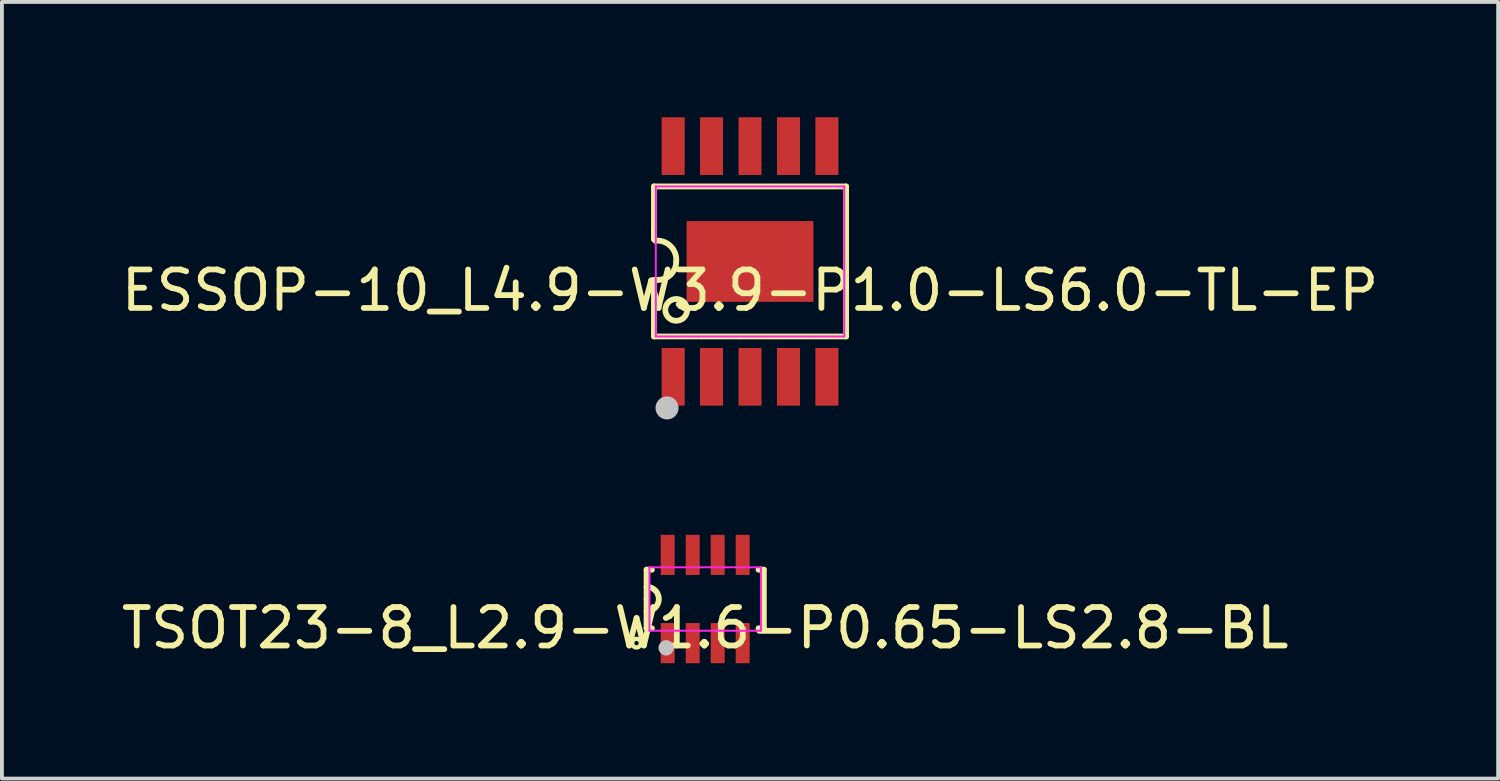
<source format=kicad_pcb>
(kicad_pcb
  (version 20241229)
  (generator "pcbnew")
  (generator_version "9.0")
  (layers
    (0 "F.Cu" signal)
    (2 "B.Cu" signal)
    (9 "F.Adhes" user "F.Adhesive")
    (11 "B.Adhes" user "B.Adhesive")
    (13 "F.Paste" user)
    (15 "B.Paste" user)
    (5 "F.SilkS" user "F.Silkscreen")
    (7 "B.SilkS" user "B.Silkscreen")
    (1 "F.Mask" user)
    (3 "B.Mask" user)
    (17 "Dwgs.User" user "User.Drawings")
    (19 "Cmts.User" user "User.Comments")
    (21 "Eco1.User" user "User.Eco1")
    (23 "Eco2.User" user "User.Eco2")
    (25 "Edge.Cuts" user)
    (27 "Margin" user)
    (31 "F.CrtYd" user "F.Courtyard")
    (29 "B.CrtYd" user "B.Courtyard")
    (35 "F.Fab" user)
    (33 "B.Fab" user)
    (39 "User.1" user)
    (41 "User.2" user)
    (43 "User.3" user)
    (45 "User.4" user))
  (footprint "ESSOP-10_L4.9-W3.9-P1.0-LS6.0-TL-EP"
    (layer "F.Cu")
    (at 16.458 3.75)
    (property "Reference" "ESSOP-10_L4.9-W3.9-P1.0-LS6.0-TL-EP" (at 0 0.754 0) (layer "F.SilkS") (effects (font (size 1 1) (thickness 0.15))))
    (attr through_hole)
    (fp_line (start -2.499 -1.951) (end 2.499 -1.951) (stroke (width 0.15) (type solid)) (layer "F.SilkS"))
    (fp_line (start -2.499 -0.82) (end -2.499 -1.951) (stroke (width 0.15) (type solid)) (layer "F.SilkS"))
    (fp_line (start -2.499 -0.579) (end -2.499 -0.82) (stroke (width 0.15) (type solid)) (layer "F.SilkS"))
    (fp_line (start -2.499 0.48) (end -2.4 0.48) (stroke (width 0.15) (type solid)) (layer "F.SilkS"))
    (fp_line (start -2.499 1.951) (end -2.499 0.48) (stroke (width 0.15) (type solid)) (layer "F.SilkS"))
    (fp_line (start -2.499 1.951) (end 2.499 1.951) (stroke (width 0.15) (type solid)) (layer "F.SilkS"))
    (fp_line (start -2.461 -0.541) (end -2.499 -0.579) (stroke (width 0.15) (type solid)) (layer "F.SilkS"))
    (fp_line (start 2.499 1.951) (end 2.499 -1.951) (stroke (width 0.15) (type solid)) (layer "F.SilkS"))
    (fp_arc (start -2.46 -0.54) (mid -2.063912 -0.396044) (end -1.920005 0.000062) (stroke (width 0.1499) (type solid)) (layer "F.SilkS"))
    (fp_arc (start -1.92 0) (mid -2.060589 0.339411) (end -2.4 0.48) (stroke (width 0.1499) (type solid)) (layer "F.SilkS"))
    (fp_circle (center -1.92 1.26) (end -1.636 1.26) (stroke (width 0.15) (type solid)) (fill no) (layer "F.SilkS"))
    (fp_circle (center -2.159 3.81) (end -2.009 3.81) (stroke (width 0.3) (type solid)) (fill no) (layer "Dwgs.User"))
    (fp_poly (pts (xy -2.2 -2.38) (xy -2.2 -3) (xy -1.801 -3) (xy -1.801 -2.38)) (stroke (width 0.005) (type solid)) (fill no) (layer "Eco2.User"))
    (fp_poly (pts (xy -2.2 -1.941) (xy -2.2 -2.39) (xy -1.801 -2.39) (xy -1.801 -1.941)) (stroke (width 0.005) (type solid)) (fill no) (layer "Eco2.User"))
    (fp_poly (pts (xy -2.2 2.39) (xy -2.2 1.941) (xy -1.801 1.941) (xy -1.801 2.39)) (stroke (width 0.005) (type solid)) (fill no) (layer "Eco2.User"))
    (fp_poly (pts (xy -2.2 3) (xy -2.2 2.38) (xy -1.801 2.38) (xy -1.801 3)) (stroke (width 0.005) (type solid)) (fill no) (layer "Eco2.User"))
    (fp_poly (pts (xy -1.199 -2.38) (xy -1.199 -3) (xy -0.8 -3) (xy -0.8 -2.38)) (stroke (width 0.005) (type solid)) (fill no) (layer "Eco2.User"))
    (fp_poly (pts (xy -1.199 -1.941) (xy -1.199 -2.39) (xy -0.8 -2.39) (xy -0.8 -1.941)) (stroke (width 0.005) (type solid)) (fill no) (layer "Eco2.User"))
    (fp_poly (pts (xy -1.199 2.39) (xy -1.199 1.941) (xy -0.8 1.941) (xy -0.8 2.39)) (stroke (width 0.005) (type solid)) (fill no) (layer "Eco2.User"))
    (fp_poly (pts (xy -1.199 3) (xy -1.199 2.38) (xy -0.8 2.38) (xy -0.8 3)) (stroke (width 0.005) (type solid)) (fill no) (layer "Eco2.User"))
    (fp_poly (pts (xy -0.201 -2.38) (xy -0.201 -3) (xy 0.201 -3) (xy 0.201 -2.38)) (stroke (width 0.005) (type solid)) (fill no) (layer "Eco2.User"))
    (fp_poly (pts (xy -0.201 -1.941) (xy -0.201 -2.39) (xy 0.201 -2.39) (xy 0.201 -1.941)) (stroke (width 0.005) (type solid)) (fill no) (layer "Eco2.User"))
    (fp_poly (pts (xy -0.201 2.39) (xy -0.201 1.941) (xy 0.201 1.941) (xy 0.201 2.39)) (stroke (width 0.005) (type solid)) (fill no) (layer "Eco2.User"))
    (fp_poly (pts (xy -0.201 3) (xy -0.201 2.38) (xy 0.201 2.38) (xy 0.201 3)) (stroke (width 0.005) (type solid)) (fill no) (layer "Eco2.User"))
    (fp_poly (pts (xy 0.8 -2.38) (xy 0.8 -3) (xy 1.199 -3) (xy 1.199 -2.38)) (stroke (width 0.005) (type solid)) (fill no) (layer "Eco2.User"))
    (fp_poly (pts (xy 0.8 -1.941) (xy 0.8 -2.39) (xy 1.199 -2.39) (xy 1.199 -1.941)) (stroke (width 0.005) (type solid)) (fill no) (layer "Eco2.User"))
    (fp_poly (pts (xy 0.8 2.39) (xy 0.8 1.941) (xy 1.199 1.941) (xy 1.199 2.39)) (stroke (width 0.005) (type solid)) (fill no) (layer "Eco2.User"))
    (fp_poly (pts (xy 0.8 3) (xy 0.8 2.38) (xy 1.199 2.38) (xy 1.199 3)) (stroke (width 0.005) (type solid)) (fill no) (layer "Eco2.User"))
    (fp_poly (pts (xy 1.651 1.049) (xy -1.651 1.049) (xy -1.651 -1.049) (xy 1.651 -1.049)) (stroke (width 0.005) (type solid)) (fill no) (layer "Eco2.User"))
    (fp_poly (pts (xy 1.801 -2.38) (xy 1.801 -3) (xy 2.2 -3) (xy 2.2 -2.38)) (stroke (width 0.005) (type solid)) (fill no) (layer "Eco2.User"))
    (fp_poly (pts (xy 1.801 -1.941) (xy 1.801 -2.39) (xy 2.2 -2.39) (xy 2.2 -1.941)) (stroke (width 0.005) (type solid)) (fill no) (layer "Eco2.User"))
    (fp_poly (pts (xy 1.801 2.39) (xy 1.801 1.941) (xy 2.2 1.941) (xy 2.2 2.39)) (stroke (width 0.005) (type solid)) (fill no) (layer "Eco2.User"))
    (fp_poly (pts (xy 1.801 3) (xy 1.801 2.38) (xy 2.2 2.38) (xy 2.2 3)) (stroke (width 0.005) (type solid)) (fill no) (layer "Eco2.User"))
    (fp_poly (pts (xy -2.39 3) (xy -2.391 2.988) (xy -2.395 2.976) (xy -2.4 2.966) (xy -2.408 2.957) (xy -2.417 2.949) (xy -2.428 2.943) (xy -2.439 2.94) (xy -2.451 2.939) (xy -2.463 2.94) (xy -2.474 2.943) (xy -2.485 2.949) (xy -2.494 2.957) (xy -2.502 2.966) (xy -2.507 2.976) (xy -2.511 2.988) (xy -2.512 3) (xy -2.511 3.012) (xy -2.507 3.023) (xy -2.502 3.034) (xy -2.494 3.043) (xy -2.485 3.05) (xy -2.474 3.056) (xy -2.463 3.059) (xy -2.451 3.061) (xy -2.439 3.059) (xy -2.428 3.056) (xy -2.417 3.05) (xy -2.408 3.043) (xy -2.4 3.034) (xy -2.395 3.023) (xy -2.391 3.012)) (stroke (width 0.005) (type solid)) (fill no) (layer "Eco2.User"))
    (fp_line (start -2.451 -1.951) (end 2.451 -1.951) (stroke (width 0.051) (type solid)) (layer "F.CrtYd"))
    (fp_line (start -2.451 1.951) (end -2.451 -1.951) (stroke (width 0.051) (type solid)) (layer "F.CrtYd"))
    (fp_line (start 2.451 -1.951) (end 2.451 1.951) (stroke (width 0.051) (type solid)) (layer "F.CrtYd"))
    (fp_line (start 2.451 1.951) (end -2.451 1.951) (stroke (width 0.051) (type solid)) (layer "F.CrtYd"))
    (pad "1" smd rect (at -1.999 3 90) (size 1.501 0.599) (layers "F.Cu" "F.Mask" "F.Paste"))
    (pad "2" smd rect (at -1.001 3 90) (size 1.501 0.599) (layers "F.Cu" "F.Mask" "F.Paste"))
    (pad "3" smd rect (at 0 3 90) (size 1.501 0.599) (layers "F.Cu" "F.Mask" "F.Paste"))
    (pad "4" smd rect (at 1.001 3 90) (size 1.501 0.599) (layers "F.Cu" "F.Mask" "F.Paste"))
    (pad "5" smd rect (at 1.999 3 90) (size 1.501 0.599) (layers "F.Cu" "F.Mask" "F.Paste"))
    (pad "6" smd rect (at 1.999 -3 90) (size 1.501 0.599) (layers "F.Cu" "F.Mask" "F.Paste"))
    (pad "7" smd rect (at 1.001 -3 90) (size 1.501 0.599) (layers "F.Cu" "F.Mask" "F.Paste"))
    (pad "8" smd rect (at 0 -3 90) (size 1.501 0.599) (layers "F.Cu" "F.Mask" "F.Paste"))
    (pad "9" smd rect (at -1.001 -3 90) (size 1.501 0.599) (layers "F.Cu" "F.Mask" "F.Paste"))
    (pad "10" smd rect (at -1.999 -3 90) (size 1.501 0.599) (layers "F.Cu" "F.Mask" "F.Paste"))
    (pad "11" smd rect (at 0 0 180) (size 3.3 2.101) (layers "F.Cu" "F.Mask" "F.Paste")))
  (footprint "TSOT23-8_L2.9-W1.6-P0.65-LS2.8-BL"
    (layer "F.Cu")
    (at 15.292 12.53)
    (property "Reference" "TSOT23-8_L2.9-W1.6-P0.65-LS2.8-BL" (at 0 0.754 0) (layer "F.SilkS") (effects (font (size 1 1) (thickness 0.15))))
    (attr through_hole)
    (fp_line (start -1.524 -0.762) (end -1.524 0) (stroke (width 0.152) (type solid)) (layer "F.SilkS"))
    (fp_line (start -1.524 0) (end -1.524 0.762) (stroke (width 0.152) (type solid)) (layer "F.SilkS"))
    (fp_line (start -1.524 0.762) (end -1.388 0.762) (stroke (width 0.152) (type solid)) (layer "F.SilkS"))
    (fp_line (start -1.388 -0.762) (end -1.524 -0.762) (stroke (width 0.152) (type solid)) (layer "F.SilkS"))
    (fp_line (start 1.388 0.762) (end 1.524 0.762) (stroke (width 0.152) (type solid)) (layer "F.SilkS"))
    (fp_line (start 1.524 -0.762) (end 1.388 -0.762) (stroke (width 0.152) (type solid)) (layer "F.SilkS"))
    (fp_line (start 1.524 0.762) (end 1.524 -0.762) (stroke (width 0.152) (type solid)) (layer "F.SilkS"))
    (fp_arc (start -1.524 -0.3179) (mid -1.2061 0) (end -1.524 0.3179) (stroke (width 0.152) (type solid)) (layer "F.SilkS"))
    (fp_circle (center -1.787 1.148) (end -1.731 1.148) (stroke (width 0.113) (type solid)) (fill no) (layer "F.SilkS"))
    (fp_circle (center -1.016 1.27) (end -0.916 1.27) (stroke (width 0.2) (type solid)) (fill no) (layer "Dwgs.User"))
    (fp_poly (pts (xy -0.8 -1.4) (xy -0.8 -0.95) (xy -1.15 -0.95) (xy -1.15 -1.4)) (stroke (width 0.005) (type solid)) (fill no) (layer "Eco2.User"))
    (fp_poly (pts (xy -0.8 -0.96) (xy -0.8 -0.815) (xy -1.15 -0.815) (xy -1.15 -0.96)) (stroke (width 0.005) (type solid)) (fill no) (layer "Eco2.User"))
    (fp_poly (pts (xy -0.8 0.96) (xy -0.8 0.815) (xy -1.15 0.815) (xy -1.15 0.96)) (stroke (width 0.005) (type solid)) (fill no) (layer "Eco2.User"))
    (fp_poly (pts (xy -0.8 1.4) (xy -0.8 0.95) (xy -1.15 0.95) (xy -1.15 1.4)) (stroke (width 0.005) (type solid)) (fill no) (layer "Eco2.User"))
    (fp_poly (pts (xy -0.15 -1.4) (xy -0.15 -0.95) (xy -0.5 -0.95) (xy -0.5 -1.4)) (stroke (width 0.005) (type solid)) (fill no) (layer "Eco2.User"))
    (fp_poly (pts (xy -0.15 -0.96) (xy -0.15 -0.815) (xy -0.5 -0.815) (xy -0.5 -0.96)) (stroke (width 0.005) (type solid)) (fill no) (layer "Eco2.User"))
    (fp_poly (pts (xy -0.15 0.96) (xy -0.15 0.815) (xy -0.5 0.815) (xy -0.5 0.96)) (stroke (width 0.005) (type solid)) (fill no) (layer "Eco2.User"))
    (fp_poly (pts (xy -0.15 1.4) (xy -0.15 0.95) (xy -0.5 0.95) (xy -0.5 1.4)) (stroke (width 0.005) (type solid)) (fill no) (layer "Eco2.User"))
    (fp_poly (pts (xy 0.5 -1.4) (xy 0.5 -0.95) (xy 0.15 -0.95) (xy 0.15 -1.4)) (stroke (width 0.005) (type solid)) (fill no) (layer "Eco2.User"))
    (fp_poly (pts (xy 0.5 -0.96) (xy 0.5 -0.815) (xy 0.15 -0.815) (xy 0.15 -0.96)) (stroke (width 0.005) (type solid)) (fill no) (layer "Eco2.User"))
    (fp_poly (pts (xy 0.5 0.96) (xy 0.5 0.815) (xy 0.15 0.815) (xy 0.15 0.96)) (stroke (width 0.005) (type solid)) (fill no) (layer "Eco2.User"))
    (fp_poly (pts (xy 0.5 1.4) (xy 0.5 0.95) (xy 0.15 0.95) (xy 0.15 1.4)) (stroke (width 0.005) (type solid)) (fill no) (layer "Eco2.User"))
    (fp_poly (pts (xy 1.15 -1.4) (xy 1.15 -0.95) (xy 0.8 -0.95) (xy 0.8 -1.4)) (stroke (width 0.005) (type solid)) (fill no) (layer "Eco2.User"))
    (fp_poly (pts (xy 1.15 -0.96) (xy 1.15 -0.815) (xy 0.8 -0.815) (xy 0.8 -0.96)) (stroke (width 0.005) (type solid)) (fill no) (layer "Eco2.User"))
    (fp_poly (pts (xy 1.15 0.96) (xy 1.15 0.815) (xy 0.8 0.815) (xy 0.8 0.96)) (stroke (width 0.005) (type solid)) (fill no) (layer "Eco2.User"))
    (fp_poly (pts (xy 1.15 1.4) (xy 1.15 0.95) (xy 0.8 0.95) (xy 0.8 1.4)) (stroke (width 0.005) (type solid)) (fill no) (layer "Eco2.User"))
    (fp_poly (pts (xy -1.39 1.4) (xy -1.391 1.388) (xy -1.395 1.377) (xy -1.4 1.367) (xy -1.408 1.358) (xy -1.417 1.35) (xy -1.427 1.345) (xy -1.438 1.341) (xy -1.45 1.34) (xy -1.462 1.341) (xy -1.473 1.345) (xy -1.483 1.35) (xy -1.492 1.358) (xy -1.5 1.367) (xy -1.506 1.377) (xy -1.509 1.388) (xy -1.51 1.4) (xy -1.509 1.412) (xy -1.506 1.423) (xy -1.5 1.433) (xy -1.492 1.442) (xy -1.483 1.45) (xy -1.473 1.456) (xy -1.462 1.459) (xy -1.45 1.46) (xy -1.438 1.459) (xy -1.427 1.456) (xy -1.417 1.45) (xy -1.408 1.442) (xy -1.4 1.433) (xy -1.395 1.423) (xy -1.391 1.412)) (stroke (width 0.005) (type solid)) (fill no) (layer "Eco2.User"))
    (fp_line (start -1.45 -0.825) (end -1.45 -0.825) (stroke (width 0.051) (type solid)) (layer "F.CrtYd"))
    (fp_line (start -1.45 -0.825) (end -1.45 0.825) (stroke (width 0.051) (type solid)) (layer "F.CrtYd"))
    (fp_line (start -1.45 0.825) (end 1.45 0.825) (stroke (width 0.051) (type solid)) (layer "F.CrtYd"))
    (fp_line (start 1.45 -0.825) (end -1.45 -0.825) (stroke (width 0.051) (type solid)) (layer "F.CrtYd"))
    (fp_line (start 1.45 -0.825) (end 1.45 -0.825) (stroke (width 0.051) (type solid)) (layer "F.CrtYd"))
    (fp_line (start 1.45 0.825) (end 1.45 -0.825) (stroke (width 0.051) (type solid)) (layer "F.CrtYd"))
    (pad "1" smd rect (at -0.975 1.148) (size 0.364 1.045) (layers "F.Cu" "F.Mask" "F.Paste"))
    (pad "2" smd rect (at -0.325 1.148) (size 0.364 1.045) (layers "F.Cu" "F.Mask" "F.Paste"))
    (pad "3" smd rect (at 0.325 1.148) (size 0.364 1.045) (layers "F.Cu" "F.Mask" "F.Paste"))
    (pad "4" smd rect (at 0.975 1.148) (size 0.364 1.045) (layers "F.Cu" "F.Mask" "F.Paste"))
    (pad "5" smd rect (at 0.975 -1.148) (size 0.364 1.045) (layers "F.Cu" "F.Mask" "F.Paste"))
    (pad "6" smd rect (at 0.325 -1.148) (size 0.364 1.045) (layers "F.Cu" "F.Mask" "F.Paste"))
    (pad "7" smd rect (at -0.325 -1.148) (size 0.364 1.045) (layers "F.Cu" "F.Mask" "F.Paste"))
    (pad "8" smd rect (at -0.975 -1.148) (size 0.364 1.045) (layers "F.Cu" "F.Mask" "F.Paste")))
  (gr_rect
    (start -3 -3)
    (end 35.916 17.2)
    (stroke (width 0.1) (type default))
    (fill no)
    (layer "Edge.Cuts")))
</source>
